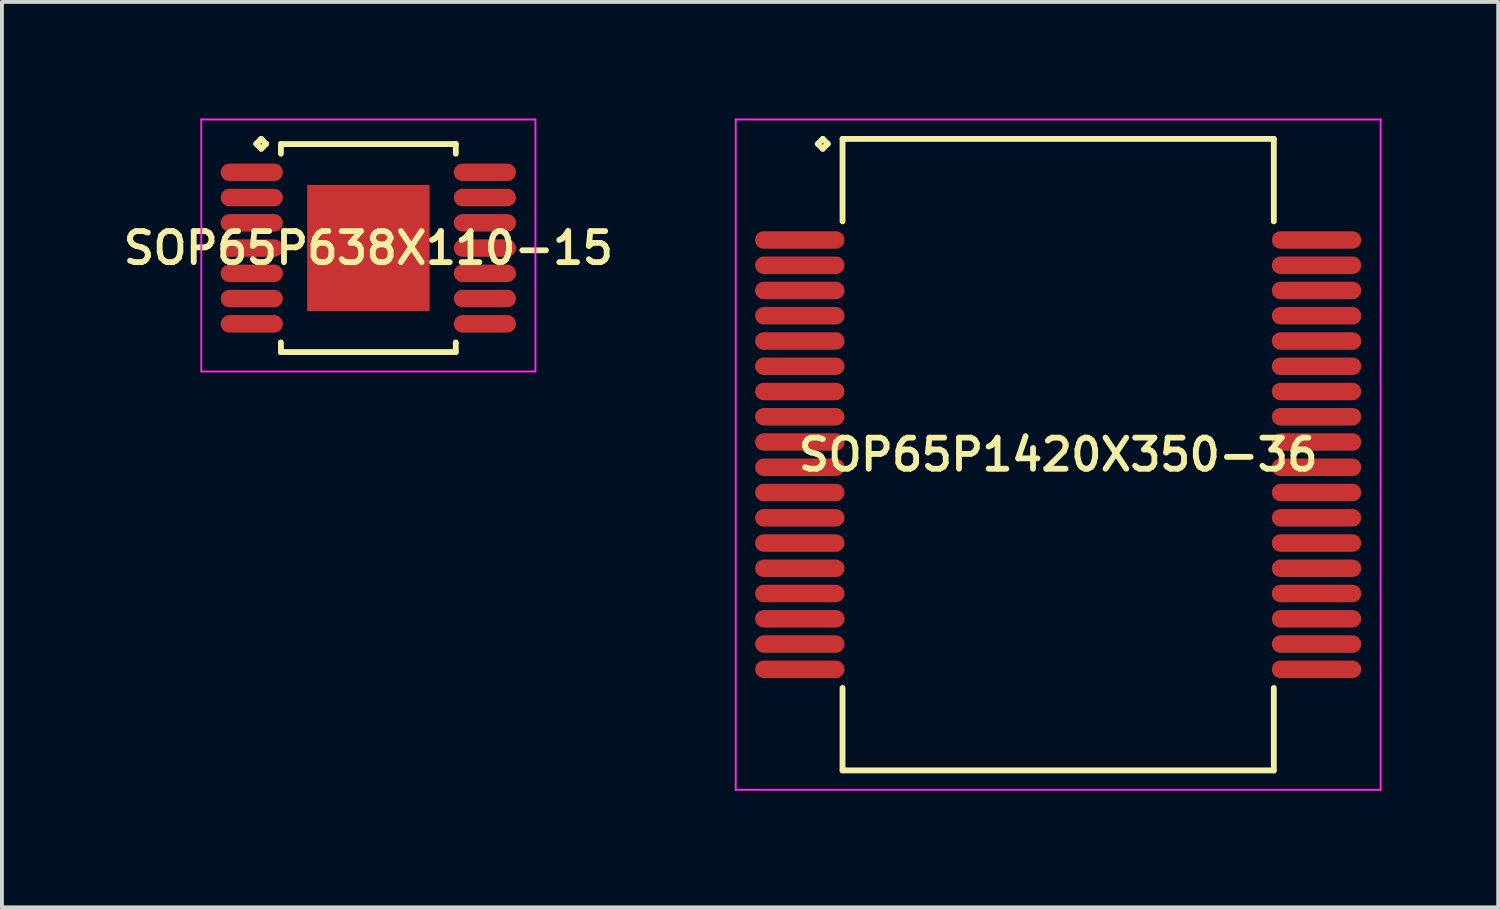
<source format=kicad_pcb>
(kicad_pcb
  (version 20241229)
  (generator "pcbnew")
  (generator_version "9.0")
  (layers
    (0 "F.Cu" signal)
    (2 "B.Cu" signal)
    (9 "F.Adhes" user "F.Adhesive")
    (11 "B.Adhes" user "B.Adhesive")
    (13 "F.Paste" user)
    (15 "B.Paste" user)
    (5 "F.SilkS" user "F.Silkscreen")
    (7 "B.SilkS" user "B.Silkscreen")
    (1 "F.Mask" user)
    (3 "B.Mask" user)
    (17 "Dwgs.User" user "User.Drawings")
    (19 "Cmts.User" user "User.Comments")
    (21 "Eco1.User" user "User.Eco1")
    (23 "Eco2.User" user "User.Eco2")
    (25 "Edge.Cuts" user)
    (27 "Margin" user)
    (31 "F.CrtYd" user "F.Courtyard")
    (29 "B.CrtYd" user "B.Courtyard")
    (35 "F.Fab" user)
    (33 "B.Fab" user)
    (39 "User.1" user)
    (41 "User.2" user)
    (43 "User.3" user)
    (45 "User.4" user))
  (footprint "SOP65P1420X350-36"
    (layer "F.Cu")
    (at 24.186 8.652)
    (property "Reference" "SOP65P1420X350-36" (at 0 0 0) (layer "F.SilkS") (effects (font (size 0.8 0.8) (thickness 0.15))))
    (attr smd)
    (fp_line (start -6.185 -8) (end -6.058 -8.127) (stroke (width 0.15) (type solid)) (layer "F.SilkS"))
    (fp_line (start -6.058 -8.127) (end -5.931 -8) (stroke (width 0.15) (type solid)) (layer "F.SilkS"))
    (fp_line (start -6.058 -7.873) (end -6.185 -8) (stroke (width 0.15) (type solid)) (layer "F.SilkS"))
    (fp_line (start -5.931 -8) (end -6.058 -7.873) (stroke (width 0.15) (type solid)) (layer "F.SilkS"))
    (fp_line (start -5.55 -8.127) (end 5.55 -8.127) (stroke (width 0.15) (type solid)) (layer "F.SilkS"))
    (fp_line (start -5.55 -6.004) (end -5.55 -8.127) (stroke (width 0.15) (type solid)) (layer "F.SilkS"))
    (fp_line (start -5.55 6.004) (end -5.55 8.127) (stroke (width 0.15) (type solid)) (layer "F.SilkS"))
    (fp_line (start -5.55 8.127) (end 5.55 8.127) (stroke (width 0.15) (type solid)) (layer "F.SilkS"))
    (fp_line (start 5.55 -8.127) (end 5.55 -6.004) (stroke (width 0.15) (type solid)) (layer "F.SilkS"))
    (fp_line (start 5.55 8.127) (end 5.55 6.004) (stroke (width 0.15) (type solid)) (layer "F.SilkS"))
    (fp_line (start -8.3 -8.627) (end 8.3 -8.627) (stroke (width 0.05) (type solid)) (layer "F.CrtYd"))
    (fp_line (start -8.3 8.627) (end -8.3 -8.627) (stroke (width 0.05) (type solid)) (layer "F.CrtYd"))
    (fp_line (start 8.3 -8.627) (end 8.3 8.627) (stroke (width 0.05) (type solid)) (layer "F.CrtYd"))
    (fp_line (start 8.3 8.627) (end -8.3 8.627) (stroke (width 0.05) (type solid)) (layer "F.CrtYd"))
    (pad "1" smd oval (at -6.65 -5.525) (size 2.3 0.45) (layers "F.Cu" "F.Mask" "F.Paste"))
    (pad "2" smd oval (at -6.65 -4.875) (size 2.3 0.45) (layers "F.Cu" "F.Mask" "F.Paste"))
    (pad "3" smd oval (at -6.65 -4.225) (size 2.3 0.45) (layers "F.Cu" "F.Mask" "F.Paste"))
    (pad "4" smd oval (at -6.65 -3.575) (size 2.3 0.45) (layers "F.Cu" "F.Mask" "F.Paste"))
    (pad "5" smd oval (at -6.65 -2.925) (size 2.3 0.45) (layers "F.Cu" "F.Mask" "F.Paste"))
    (pad "6" smd oval (at -6.65 -2.275) (size 2.3 0.45) (layers "F.Cu" "F.Mask" "F.Paste"))
    (pad "7" smd oval (at -6.65 -1.625) (size 2.3 0.45) (layers "F.Cu" "F.Mask" "F.Paste"))
    (pad "8" smd oval (at -6.65 -0.975) (size 2.3 0.45) (layers "F.Cu" "F.Mask" "F.Paste"))
    (pad "9" smd oval (at -6.65 -0.325) (size 2.3 0.45) (layers "F.Cu" "F.Mask" "F.Paste"))
    (pad "10" smd oval (at -6.65 0.325) (size 2.3 0.45) (layers "F.Cu" "F.Mask" "F.Paste"))
    (pad "11" smd oval (at -6.65 0.975) (size 2.3 0.45) (layers "F.Cu" "F.Mask" "F.Paste"))
    (pad "12" smd oval (at -6.65 1.625) (size 2.3 0.45) (layers "F.Cu" "F.Mask" "F.Paste"))
    (pad "13" smd oval (at -6.65 2.275) (size 2.3 0.45) (layers "F.Cu" "F.Mask" "F.Paste"))
    (pad "14" smd oval (at -6.65 2.925) (size 2.3 0.45) (layers "F.Cu" "F.Mask" "F.Paste"))
    (pad "15" smd oval (at -6.65 3.575) (size 2.3 0.45) (layers "F.Cu" "F.Mask" "F.Paste"))
    (pad "16" smd oval (at -6.65 4.225) (size 2.3 0.45) (layers "F.Cu" "F.Mask" "F.Paste"))
    (pad "17" smd oval (at -6.65 4.875) (size 2.3 0.45) (layers "F.Cu" "F.Mask" "F.Paste"))
    (pad "18" smd oval (at -6.65 5.525) (size 2.3 0.45) (layers "F.Cu" "F.Mask" "F.Paste"))
    (pad "19" smd oval (at 6.65 5.525) (size 2.3 0.45) (layers "F.Cu" "F.Mask" "F.Paste"))
    (pad "20" smd oval (at 6.65 4.875) (size 2.3 0.45) (layers "F.Cu" "F.Mask" "F.Paste"))
    (pad "21" smd oval (at 6.65 4.225) (size 2.3 0.45) (layers "F.Cu" "F.Mask" "F.Paste"))
    (pad "22" smd oval (at 6.65 3.575) (size 2.3 0.45) (layers "F.Cu" "F.Mask" "F.Paste"))
    (pad "23" smd oval (at 6.65 2.925) (size 2.3 0.45) (layers "F.Cu" "F.Mask" "F.Paste"))
    (pad "24" smd oval (at 6.65 2.275) (size 2.3 0.45) (layers "F.Cu" "F.Mask" "F.Paste"))
    (pad "25" smd oval (at 6.65 1.625) (size 2.3 0.45) (layers "F.Cu" "F.Mask" "F.Paste"))
    (pad "26" smd oval (at 6.65 0.975) (size 2.3 0.45) (layers "F.Cu" "F.Mask" "F.Paste"))
    (pad "27" smd oval (at 6.65 0.325) (size 2.3 0.45) (layers "F.Cu" "F.Mask" "F.Paste"))
    (pad "28" smd oval (at 6.65 -0.325) (size 2.3 0.45) (layers "F.Cu" "F.Mask" "F.Paste"))
    (pad "29" smd oval (at 6.65 -0.975) (size 2.3 0.45) (layers "F.Cu" "F.Mask" "F.Paste"))
    (pad "30" smd oval (at 6.65 -1.625) (size 2.3 0.45) (layers "F.Cu" "F.Mask" "F.Paste"))
    (pad "31" smd oval (at 6.65 -2.275) (size 2.3 0.45) (layers "F.Cu" "F.Mask" "F.Paste"))
    (pad "32" smd oval (at 6.65 -2.925) (size 2.3 0.45) (layers "F.Cu" "F.Mask" "F.Paste"))
    (pad "33" smd oval (at 6.65 -3.575) (size 2.3 0.45) (layers "F.Cu" "F.Mask" "F.Paste"))
    (pad "34" smd oval (at 6.65 -4.225) (size 2.3 0.45) (layers "F.Cu" "F.Mask" "F.Paste"))
    (pad "35" smd oval (at 6.65 -4.875) (size 2.3 0.45) (layers "F.Cu" "F.Mask" "F.Paste"))
    (pad "36" smd oval (at 6.65 -5.525) (size 2.3 0.45) (layers "F.Cu" "F.Mask" "F.Paste")))
  (footprint "SOP65P638X110-15"
    (layer "F.Cu")
    (at 6.431 3.335)
    (property "Reference" "SOP65P638X110-15" (at 0 0 0) (layer "F.SilkS") (effects (font (size 0.8 0.8) (thickness 0.15))))
    (attr smd)
    (fp_line (start -2.885 -2.683) (end -2.758 -2.81) (stroke (width 0.15) (type solid)) (layer "F.SilkS"))
    (fp_line (start -2.758 -2.81) (end -2.631 -2.683) (stroke (width 0.15) (type solid)) (layer "F.SilkS"))
    (fp_line (start -2.758 -2.556) (end -2.885 -2.683) (stroke (width 0.15) (type solid)) (layer "F.SilkS"))
    (fp_line (start -2.631 -2.683) (end -2.758 -2.556) (stroke (width 0.15) (type solid)) (layer "F.SilkS"))
    (fp_line (start -2.25 -2.677) (end 2.25 -2.677) (stroke (width 0.15) (type solid)) (layer "F.SilkS"))
    (fp_line (start -2.25 -2.429) (end -2.25 -2.677) (stroke (width 0.15) (type solid)) (layer "F.SilkS"))
    (fp_line (start -2.25 2.429) (end -2.25 2.677) (stroke (width 0.15) (type solid)) (layer "F.SilkS"))
    (fp_line (start -2.25 2.677) (end 2.25 2.677) (stroke (width 0.15) (type solid)) (layer "F.SilkS"))
    (fp_line (start 2.25 -2.677) (end 2.25 -2.429) (stroke (width 0.15) (type solid)) (layer "F.SilkS"))
    (fp_line (start 2.25 2.677) (end 2.25 2.429) (stroke (width 0.15) (type solid)) (layer "F.SilkS"))
    (fp_line (start -4.3 -3.31) (end 4.3 -3.31) (stroke (width 0.05) (type solid)) (layer "F.CrtYd"))
    (fp_line (start -4.3 3.177) (end -4.3 -3.31) (stroke (width 0.05) (type solid)) (layer "F.CrtYd"))
    (fp_line (start 4.3 -3.31) (end 4.3 3.177) (stroke (width 0.05) (type solid)) (layer "F.CrtYd"))
    (fp_line (start 4.3 3.177) (end -4.3 3.177) (stroke (width 0.05) (type solid)) (layer "F.CrtYd"))
    (pad "1" smd oval (at -3 -1.95) (size 1.6 0.45) (layers "F.Cu" "F.Mask" "F.Paste"))
    (pad "2" smd oval (at -3 -1.3) (size 1.6 0.45) (layers "F.Cu" "F.Mask" "F.Paste"))
    (pad "3" smd oval (at -3 -0.65) (size 1.6 0.45) (layers "F.Cu" "F.Mask" "F.Paste"))
    (pad "4" smd oval (at -3 0) (size 1.6 0.45) (layers "F.Cu" "F.Mask" "F.Paste"))
    (pad "5" smd oval (at -3 0.65) (size 1.6 0.45) (layers "F.Cu" "F.Mask" "F.Paste"))
    (pad "6" smd oval (at -3 1.3) (size 1.6 0.45) (layers "F.Cu" "F.Mask" "F.Paste"))
    (pad "7" smd oval (at -3 1.95) (size 1.6 0.45) (layers "F.Cu" "F.Mask" "F.Paste"))
    (pad "8" smd oval (at 3 1.95) (size 1.6 0.45) (layers "F.Cu" "F.Mask" "F.Paste"))
    (pad "9" smd oval (at 3 1.3) (size 1.6 0.45) (layers "F.Cu" "F.Mask" "F.Paste"))
    (pad "10" smd oval (at 3 0.65) (size 1.6 0.45) (layers "F.Cu" "F.Mask" "F.Paste"))
    (pad "11" smd oval (at 3 0) (size 1.6 0.45) (layers "F.Cu" "F.Mask" "F.Paste"))
    (pad "12" smd oval (at 3 -0.65) (size 1.6 0.45) (layers "F.Cu" "F.Mask" "F.Paste"))
    (pad "13" smd oval (at 3 -1.3) (size 1.6 0.45) (layers "F.Cu" "F.Mask" "F.Paste"))
    (pad "14" smd oval (at 3 -1.95) (size 1.6 0.45) (layers "F.Cu" "F.Mask" "F.Paste"))
    (pad "15" smd rect (at 0 0) (size 3.15 3.25) (layers "F.Cu" "F.Mask" "F.Paste")))
  (gr_rect
    (start -3 -3)
    (end 35.511 20.304)
    (stroke (width 0.1) (type default))
    (fill no)
    (layer "Edge.Cuts")))
</source>
